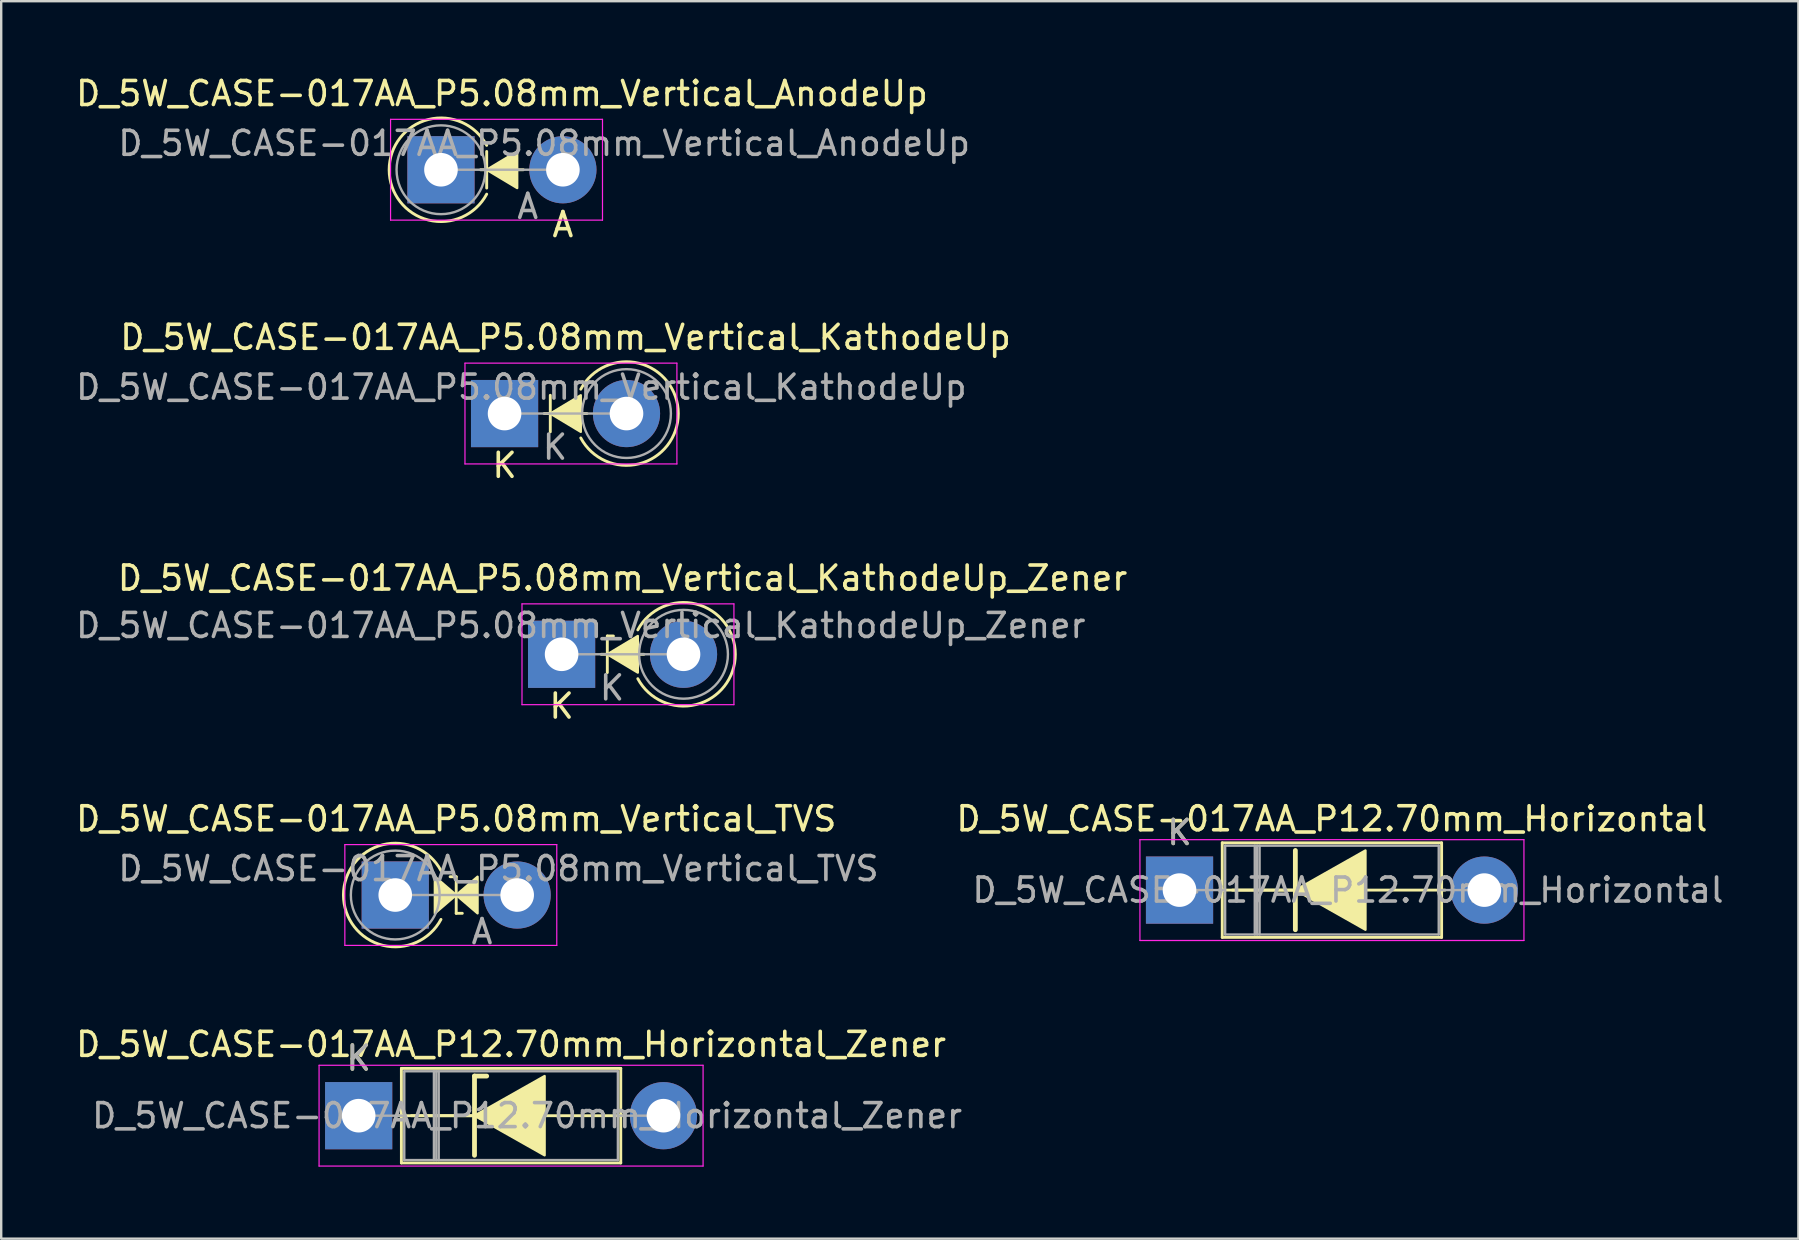
<source format=kicad_pcb>
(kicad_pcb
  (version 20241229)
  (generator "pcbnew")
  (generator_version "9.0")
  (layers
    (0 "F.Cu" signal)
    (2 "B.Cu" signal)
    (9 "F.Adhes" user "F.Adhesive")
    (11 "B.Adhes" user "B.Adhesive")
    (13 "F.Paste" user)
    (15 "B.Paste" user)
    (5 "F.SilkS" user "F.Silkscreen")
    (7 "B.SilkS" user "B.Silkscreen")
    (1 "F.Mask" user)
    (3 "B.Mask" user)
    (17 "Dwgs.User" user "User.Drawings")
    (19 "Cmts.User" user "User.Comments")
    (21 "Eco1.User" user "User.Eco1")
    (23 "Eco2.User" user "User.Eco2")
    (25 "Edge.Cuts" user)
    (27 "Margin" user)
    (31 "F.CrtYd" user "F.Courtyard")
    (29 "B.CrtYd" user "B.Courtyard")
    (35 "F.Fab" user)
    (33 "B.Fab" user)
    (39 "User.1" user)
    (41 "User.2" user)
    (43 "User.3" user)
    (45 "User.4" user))
  (footprint "D_5W_CASE-017AA_P12.70mm_Horizontal_Zener"
    (layer "F.Cu")
    (at 11.894 43.435)
    (property "Reference" "D_5W_CASE-017AA_P12.70mm_Horizontal_Zener" (at 6.35 -2.97 0) (layer "F.SilkS") (effects (font (size 1 1) (thickness 0.15))))
    (fp_line (start 1.64 0) (end 1.78 0) (stroke (width 0.12) (type solid)) (layer "F.SilkS"))
    (fp_line (start 1.78 -1.97) (end 1.78 1.97) (stroke (width 0.12) (type solid)) (layer "F.SilkS"))
    (fp_line (start 1.78 0) (end 4.826 0) (stroke (width 0.12) (type solid)) (layer "F.SilkS"))
    (fp_line (start 1.78 1.97) (end 10.92 1.97) (stroke (width 0.12) (type solid)) (layer "F.SilkS"))
    (fp_line (start 4.699 0) (end 2.2 0) (stroke (width 0.12) (type solid)) (layer "F.SilkS"))
    (fp_line (start 4.826 -1.651) (end 4.826 1.651) (stroke (width 0.2) (type solid)) (layer "F.SilkS"))
    (fp_line (start 4.826 -1.651) (end 5.334 -1.651) (stroke (width 0.2) (type solid)) (layer "F.SilkS"))
    (fp_line (start 10.92 -1.97) (end 1.78 -1.97) (stroke (width 0.12) (type solid)) (layer "F.SilkS"))
    (fp_line (start 10.92 0) (end 7.62 0) (stroke (width 0.12) (type solid)) (layer "F.SilkS"))
    (fp_line (start 10.92 1.97) (end 10.92 -1.97) (stroke (width 0.12) (type solid)) (layer "F.SilkS"))
    (fp_line (start 11.06 0) (end 10.92 0) (stroke (width 0.12) (type solid)) (layer "F.SilkS"))
    (fp_poly (pts (xy 7.747 1.651) (xy 4.826 0) (xy 7.747 -1.651)) (stroke (width 0.1) (type solid)) (fill yes) (layer "F.SilkS"))
    (fp_line (start -1.65 -2.1) (end -1.65 2.1) (stroke (width 0.05) (type solid)) (layer "F.CrtYd"))
    (fp_line (start -1.65 2.1) (end 14.35 2.1) (stroke (width 0.05) (type solid)) (layer "F.CrtYd"))
    (fp_line (start 14.35 -2.1) (end -1.65 -2.1) (stroke (width 0.05) (type solid)) (layer "F.CrtYd"))
    (fp_line (start 14.35 2.1) (end 14.35 -2.1) (stroke (width 0.05) (type solid)) (layer "F.CrtYd"))
    (fp_line (start 0 0) (end 1.9 0) (stroke (width 0.1) (type solid)) (layer "F.Fab"))
    (fp_line (start 1.9 -1.85) (end 1.9 1.85) (stroke (width 0.1) (type solid)) (layer "F.Fab"))
    (fp_line (start 1.9 1.85) (end 10.8 1.85) (stroke (width 0.1) (type solid)) (layer "F.Fab"))
    (fp_line (start 3.135 -1.85) (end 3.135 1.85) (stroke (width 0.1) (type solid)) (layer "F.Fab"))
    (fp_line (start 3.235 -1.85) (end 3.235 1.85) (stroke (width 0.1) (type solid)) (layer "F.Fab"))
    (fp_line (start 3.335 -1.85) (end 3.335 1.85) (stroke (width 0.1) (type solid)) (layer "F.Fab"))
    (fp_line (start 10.8 -1.85) (end 1.9 -1.85) (stroke (width 0.1) (type solid)) (layer "F.Fab"))
    (fp_line (start 10.8 1.85) (end 10.8 -1.85) (stroke (width 0.1) (type solid)) (layer "F.Fab"))
    (fp_line (start 12.7 0) (end 10.8 0) (stroke (width 0.1) (type solid)) (layer "F.Fab"))
    (fp_text user "K" (at 0 -2.4 0) (layer "F.SilkS") (effects (font (size 1 1) (thickness 0.15))))
    (fp_text user "K" (at 0 -2.4 0) (layer "F.Fab") (effects (font (size 1 1) (thickness 0.15))))
    (fp_text user "${REFERENCE}" (at 7.018 0 0) (layer "F.Fab") (effects (font (size 1 1) (thickness 0.15))))
    (pad "1" thru_hole rect (at 0 0) (size 2.8 2.8) (drill 1.4) (layers "*.Cu" "*.Mask"))
    (pad "2" thru_hole oval (at 12.7 0) (size 2.8 2.8) (drill 1.4) (layers "*.Cu" "*.Mask")))
  (footprint "D_5W_CASE-017AA_P5.08mm_Vertical_KathodeUp"
    (layer "F.Cu")
    (at 17.973 14.181)
    (property "Reference" "D_5W_CASE-017AA_P5.08mm_Vertical_KathodeUp" (at 2.54 -3.175 0) (layer "F.SilkS") (effects (font (size 1 1) (thickness 0.15))))
    (attr through_hole)
    (fp_line (start 1.651 0) (end 3.429 0) (stroke (width 0.12) (type solid)) (layer "F.SilkS"))
    (fp_line (start 1.905 -0.762) (end 1.905 0.762) (stroke (width 0.12) (type solid)) (layer "F.SilkS"))
    (fp_arc (start 3.175 -1.016) (mid 7.238998 0) (end 3.175 1.016) (stroke (width 0.12) (type solid)) (layer "F.SilkS"))
    (fp_poly (pts (xy 3.175 0.762) (xy 1.905 0) (xy 3.175 -0.762)) (stroke (width 0.1) (type solid)) (fill yes) (layer "F.SilkS"))
    (fp_line (start -1.65 -2.1) (end -1.65 2.1) (stroke (width 0.05) (type solid)) (layer "F.CrtYd"))
    (fp_line (start -1.65 2.1) (end 7.18 2.1) (stroke (width 0.05) (type solid)) (layer "F.CrtYd"))
    (fp_line (start 7.18 -2.1) (end -1.65 -2.1) (stroke (width 0.05) (type solid)) (layer "F.CrtYd"))
    (fp_line (start 7.18 2.1) (end 7.18 -2.1) (stroke (width 0.05) (type solid)) (layer "F.CrtYd"))
    (fp_line (start 0 0) (end 5.08 0) (stroke (width 0.1) (type solid)) (layer "F.Fab"))
    (fp_circle (center 5.08 0) (end 6.93 0) (stroke (width 0.1) (type solid)) (fill no) (layer "F.Fab"))
    (fp_text user "K" (at 0 2.159 0) (layer "F.SilkS") (effects (font (size 1 1) (thickness 0.15))))
    (fp_text user "K" (at 2.1 1.4 0) (layer "F.Fab") (effects (font (size 1 1) (thickness 0.15))))
    (fp_text user "${REFERENCE}" (at 0.7 -1.1 0) (layer "F.Fab") (effects (font (size 1 1) (thickness 0.15))))
    (pad "1" thru_hole rect (at 0 0) (size 2.8 2.8) (drill 1.4) (layers "*.Cu" "*.Mask"))
    (pad "2" thru_hole oval (at 5.08 0) (size 2.8 2.8) (drill 1.4) (layers "*.Cu" "*.Mask")))
  (footprint "D_5W_CASE-017AA_P12.70mm_Horizontal"
    (layer "F.Cu")
    (at 46.095 34.036)
    (property "Reference" "D_5W_CASE-017AA_P12.70mm_Horizontal" (at 6.35 -2.97 0) (layer "F.SilkS") (effects (font (size 1 1) (thickness 0.15))))
    (fp_line (start 1.64 0) (end 1.78 0) (stroke (width 0.12) (type solid)) (layer "F.SilkS"))
    (fp_line (start 1.78 -1.97) (end 1.78 1.97) (stroke (width 0.12) (type solid)) (layer "F.SilkS"))
    (fp_line (start 1.78 0) (end 4.826 0) (stroke (width 0.12) (type solid)) (layer "F.SilkS"))
    (fp_line (start 1.78 1.97) (end 10.92 1.97) (stroke (width 0.12) (type solid)) (layer "F.SilkS"))
    (fp_line (start 4.699 0) (end 2.2 0) (stroke (width 0.12) (type solid)) (layer "F.SilkS"))
    (fp_line (start 4.826 -1.651) (end 4.826 1.651) (stroke (width 0.2) (type solid)) (layer "F.SilkS"))
    (fp_line (start 10.92 -1.97) (end 1.78 -1.97) (stroke (width 0.12) (type solid)) (layer "F.SilkS"))
    (fp_line (start 10.92 0) (end 7.62 0) (stroke (width 0.12) (type solid)) (layer "F.SilkS"))
    (fp_line (start 10.92 1.97) (end 10.92 -1.97) (stroke (width 0.12) (type solid)) (layer "F.SilkS"))
    (fp_line (start 11.06 0) (end 10.92 0) (stroke (width 0.12) (type solid)) (layer "F.SilkS"))
    (fp_poly (pts (xy 7.747 1.651) (xy 4.826 0) (xy 7.747 -1.651)) (stroke (width 0.1) (type solid)) (fill yes) (layer "F.SilkS"))
    (fp_line (start -1.65 -2.1) (end -1.65 2.1) (stroke (width 0.05) (type solid)) (layer "F.CrtYd"))
    (fp_line (start -1.65 2.1) (end 14.35 2.1) (stroke (width 0.05) (type solid)) (layer "F.CrtYd"))
    (fp_line (start 14.35 -2.1) (end -1.65 -2.1) (stroke (width 0.05) (type solid)) (layer "F.CrtYd"))
    (fp_line (start 14.35 2.1) (end 14.35 -2.1) (stroke (width 0.05) (type solid)) (layer "F.CrtYd"))
    (fp_line (start 0 0) (end 1.9 0) (stroke (width 0.1) (type solid)) (layer "F.Fab"))
    (fp_line (start 1.9 -1.85) (end 1.9 1.85) (stroke (width 0.1) (type solid)) (layer "F.Fab"))
    (fp_line (start 1.9 1.85) (end 10.8 1.85) (stroke (width 0.1) (type solid)) (layer "F.Fab"))
    (fp_line (start 3.135 -1.85) (end 3.135 1.85) (stroke (width 0.1) (type solid)) (layer "F.Fab"))
    (fp_line (start 3.235 -1.85) (end 3.235 1.85) (stroke (width 0.1) (type solid)) (layer "F.Fab"))
    (fp_line (start 3.335 -1.85) (end 3.335 1.85) (stroke (width 0.1) (type solid)) (layer "F.Fab"))
    (fp_line (start 10.8 -1.85) (end 1.9 -1.85) (stroke (width 0.1) (type solid)) (layer "F.Fab"))
    (fp_line (start 10.8 1.85) (end 10.8 -1.85) (stroke (width 0.1) (type solid)) (layer "F.Fab"))
    (fp_line (start 12.7 0) (end 10.8 0) (stroke (width 0.1) (type solid)) (layer "F.Fab"))
    (fp_text user "K" (at 0 -2.4 0) (layer "F.SilkS") (effects (font (size 1 1) (thickness 0.15))))
    (fp_text user "K" (at 0 -2.4 0) (layer "F.Fab") (effects (font (size 1 1) (thickness 0.15))))
    (fp_text user "${REFERENCE}" (at 7.018 0 0) (layer "F.Fab") (effects (font (size 1 1) (thickness 0.15))))
    (pad "1" thru_hole rect (at 0 0) (size 2.8 2.8) (drill 1.4) (layers "*.Cu" "*.Mask"))
    (pad "2" thru_hole oval (at 12.7 0) (size 2.8 2.8) (drill 1.4) (layers "*.Cu" "*.Mask")))
  (footprint "D_5W_CASE-017AA_P5.08mm_Vertical_AnodeUp"
    (layer "F.Cu")
    (at 15.323 4.023)
    (property "Reference" "D_5W_CASE-017AA_P5.08mm_Vertical_AnodeUp" (at 2.54 -3.175 0) (layer "F.SilkS") (effects (font (size 1 1) (thickness 0.15))))
    (attr through_hole)
    (fp_line (start 1.651 0) (end 3.429 0) (stroke (width 0.12) (type solid)) (layer "F.SilkS"))
    (fp_line (start 1.905 -0.762) (end 1.905 0.762) (stroke (width 0.12) (type solid)) (layer "F.SilkS"))
    (fp_arc (start 1.904999 1.016) (mid -2.158999 0) (end 1.904999 -1.016) (stroke (width 0.12) (type solid)) (layer "F.SilkS"))
    (fp_poly (pts (xy 3.175 0.762) (xy 1.905 0) (xy 3.175 -0.762)) (stroke (width 0.1) (type solid)) (fill yes) (layer "F.SilkS"))
    (fp_line (start -2.1 -2.1) (end -2.1 2.1) (stroke (width 0.05) (type solid)) (layer "F.CrtYd"))
    (fp_line (start -2.1 2.1) (end 6.73 2.1) (stroke (width 0.05) (type solid)) (layer "F.CrtYd"))
    (fp_line (start 6.73 -2.1) (end -2.1 -2.1) (stroke (width 0.05) (type solid)) (layer "F.CrtYd"))
    (fp_line (start 6.73 2.1) (end 6.73 -2.1) (stroke (width 0.05) (type solid)) (layer "F.CrtYd"))
    (fp_line (start 0 0) (end 5.08 0) (stroke (width 0.1) (type solid)) (layer "F.Fab"))
    (fp_circle (center 0 0) (end 1.85 0) (stroke (width 0.1) (type solid)) (fill no) (layer "F.Fab"))
    (fp_text user "A" (at 5.08 2.286 0) (layer "F.SilkS") (effects (font (size 1 1) (thickness 0.15))))
    (fp_text user "${REFERENCE}" (at 4.3 -1.1 0) (layer "F.Fab") (effects (font (size 1 1) (thickness 0.15))))
    (fp_text user "A" (at 3.615 1.527 0) (layer "F.Fab") (effects (font (size 1 1) (thickness 0.15))))
    (pad "1" thru_hole rect (at 0 0) (size 2.8 2.8) (drill 1.4) (layers "*.Cu" "*.Mask"))
    (pad "2" thru_hole oval (at 5.08 0) (size 2.8 2.8) (drill 1.4) (layers "*.Cu" "*.Mask")))
  (footprint "D_5W_CASE-017AA_P5.08mm_Vertical_KathodeUp_Zener"
    (layer "F.Cu")
    (at 20.349 24.211)
    (property "Reference" "D_5W_CASE-017AA_P5.08mm_Vertical_KathodeUp_Zener" (at 2.54 -3.175 0) (layer "F.SilkS") (effects (font (size 1 1) (thickness 0.15))))
    (attr through_hole)
    (fp_line (start 1.651 0) (end 3.429 0) (stroke (width 0.12) (type solid)) (layer "F.SilkS"))
    (fp_line (start 1.905 -0.762) (end 1.905 0.762) (stroke (width 0.12) (type solid)) (layer "F.SilkS"))
    (fp_line (start 1.905 -0.762) (end 2.159 -0.762) (stroke (width 0.12) (type solid)) (layer "F.SilkS"))
    (fp_arc (start 3.175 -1.016) (mid 7.238998 0) (end 3.175 1.016) (stroke (width 0.12) (type solid)) (layer "F.SilkS"))
    (fp_poly (pts (xy 3.175 0.762) (xy 1.905 0) (xy 3.175 -0.762)) (stroke (width 0.1) (type solid)) (fill yes) (layer "F.SilkS"))
    (fp_line (start -1.65 -2.1) (end -1.65 2.1) (stroke (width 0.05) (type solid)) (layer "F.CrtYd"))
    (fp_line (start -1.65 2.1) (end 7.18 2.1) (stroke (width 0.05) (type solid)) (layer "F.CrtYd"))
    (fp_line (start 7.18 -2.1) (end -1.65 -2.1) (stroke (width 0.05) (type solid)) (layer "F.CrtYd"))
    (fp_line (start 7.18 2.1) (end 7.18 -2.1) (stroke (width 0.05) (type solid)) (layer "F.CrtYd"))
    (fp_line (start 0 0) (end 5.08 0) (stroke (width 0.1) (type solid)) (layer "F.Fab"))
    (fp_circle (center 5.08 0) (end 6.93 0) (stroke (width 0.1) (type solid)) (fill no) (layer "F.Fab"))
    (fp_text user "K" (at 0 2.159 0) (layer "F.SilkS") (effects (font (size 1 1) (thickness 0.15))))
    (fp_text user "${REFERENCE}" (at 0.8 -1.2 0) (layer "F.Fab") (effects (font (size 1 1) (thickness 0.15))))
    (fp_text user "K" (at 2.1 1.4 0) (layer "F.Fab") (effects (font (size 1 1) (thickness 0.15))))
    (pad "1" thru_hole rect (at 0 0) (size 2.8 2.8) (drill 1.4) (layers "*.Cu" "*.Mask"))
    (pad "2" thru_hole oval (at 5.08 0) (size 2.8 2.8) (drill 1.4) (layers "*.Cu" "*.Mask")))
  (footprint "D_5W_CASE-017AA_P5.08mm_Vertical_TVS"
    (layer "F.Cu")
    (at 13.418 34.241)
    (property "Reference" "D_5W_CASE-017AA_P5.08mm_Vertical_TVS" (at 2.54 -3.175 0) (layer "F.SilkS") (effects (font (size 1 1) (thickness 0.15))))
    (fp_line (start 2.286 -0.762) (end 2.54 -0.762) (stroke (width 0.12) (type solid)) (layer "F.SilkS"))
    (fp_line (start 2.54 0.762) (end 2.54 -0.762) (stroke (width 0.12) (type solid)) (layer "F.SilkS"))
    (fp_line (start 2.54 0.762) (end 2.794 0.762) (stroke (width 0.12) (type solid)) (layer "F.SilkS"))
    (fp_arc (start 1.904999 1.016) (mid -2.158999 0) (end 1.904999 -1.016) (stroke (width 0.12) (type solid)) (layer "F.SilkS"))
    (fp_poly (pts (xy 1.651 -0.762) (xy 2.54 0) (xy 1.651 0.762)) (stroke (width 0.1) (type solid)) (fill yes) (layer "F.SilkS"))
    (fp_poly (pts (xy 3.429 0.762) (xy 2.54 0) (xy 3.429 -0.762)) (stroke (width 0.1) (type solid)) (fill yes) (layer "F.SilkS"))
    (fp_line (start -2.1 -2.1) (end -2.1 2.1) (stroke (width 0.05) (type solid)) (layer "F.CrtYd"))
    (fp_line (start -2.1 2.1) (end 6.73 2.1) (stroke (width 0.05) (type solid)) (layer "F.CrtYd"))
    (fp_line (start 6.73 -2.1) (end -2.1 -2.1) (stroke (width 0.05) (type solid)) (layer "F.CrtYd"))
    (fp_line (start 6.73 2.1) (end 6.73 -2.1) (stroke (width 0.05) (type solid)) (layer "F.CrtYd"))
    (fp_line (start 0 0) (end 5.08 0) (stroke (width 0.1) (type solid)) (layer "F.Fab"))
    (fp_circle (center 0 0) (end 1.85 0) (stroke (width 0.1) (type solid)) (fill no) (layer "F.Fab"))
    (fp_text user "${REFERENCE}" (at 4.3 -1.1 0) (layer "F.Fab") (effects (font (size 1 1) (thickness 0.15))))
    (fp_text user "A" (at 3.615 1.527 0) (layer "F.Fab") (effects (font (size 1 1) (thickness 0.15))))
    (pad "1" thru_hole rect (at 0 0) (size 2.8 2.8) (drill 1.4) (layers "*.Cu" "*.Mask"))
    (pad "2" thru_hole oval (at 5.08 0) (size 2.8 2.8) (drill 1.4) (layers "*.Cu" "*.Mask")))
  (gr_rect
    (start -3 -3)
    (end 71.88 48.56)
    (stroke (width 0.1) (type default))
    (fill no)
    (layer "Edge.Cuts")))
</source>
